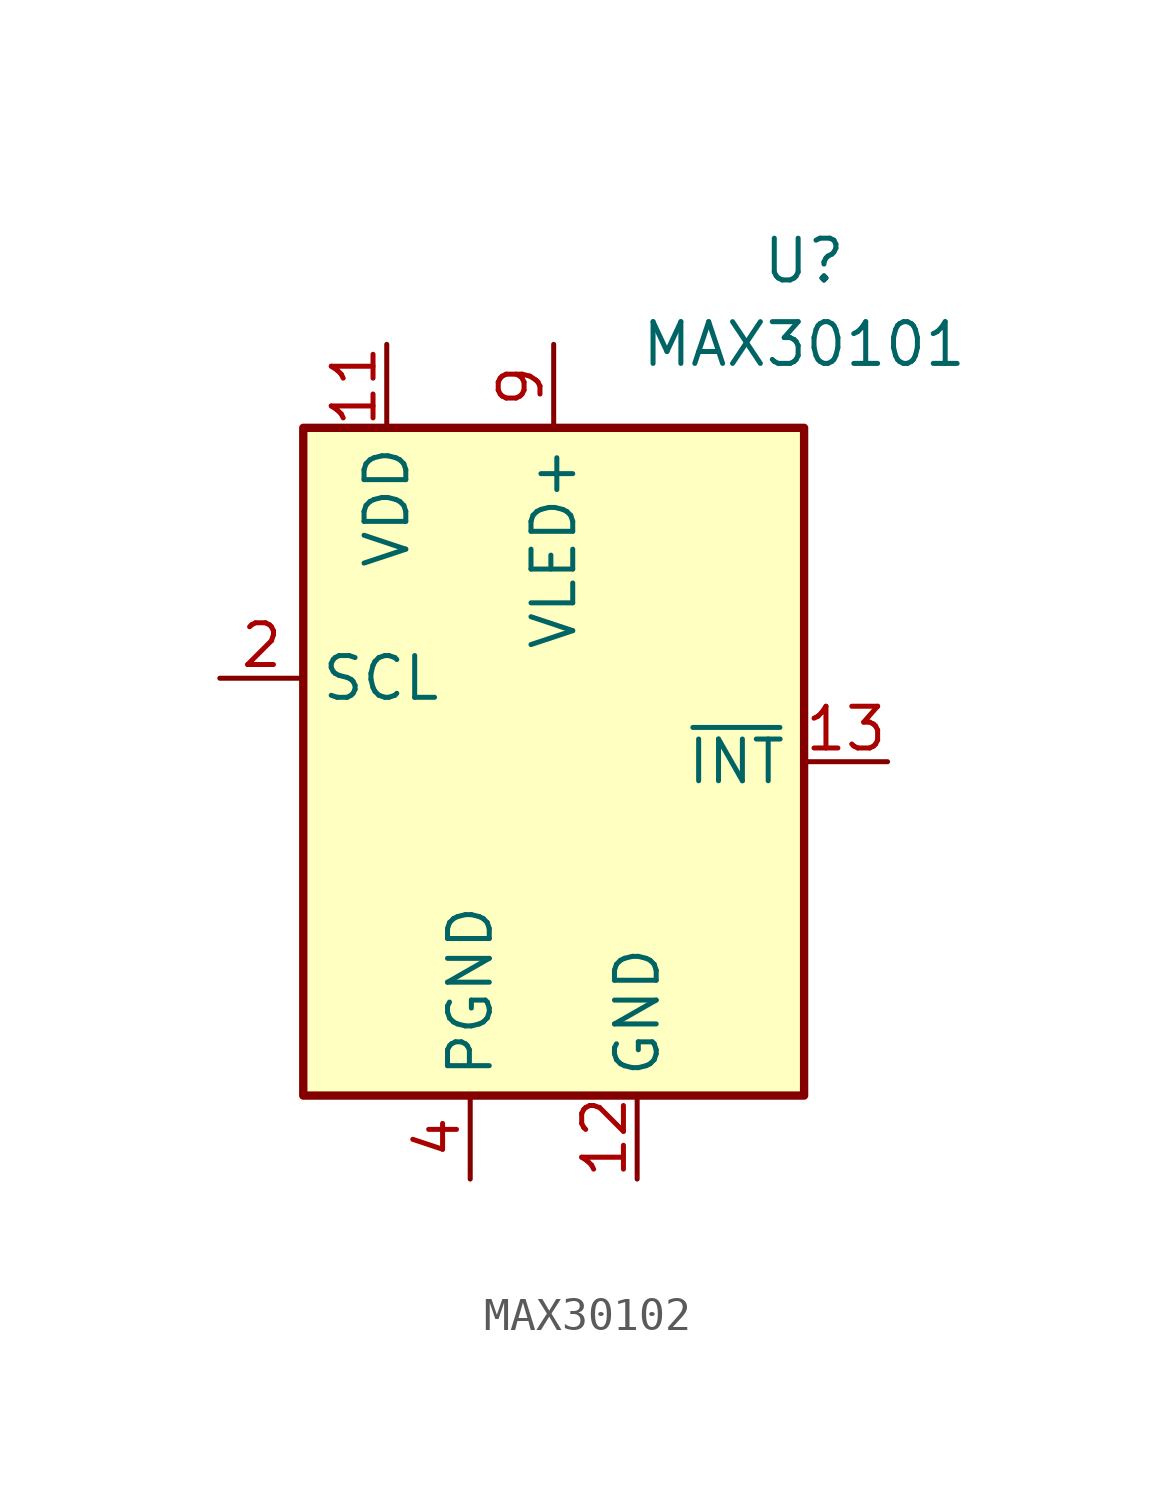
<source format=kicad_sym>
(kicad_symbol_lib
  (version 20231120)
  (generator "kicad_symbol_editor")
  (generator_version "8.0")
  (symbol "MAX30102"
    (property "Reference" "U"
      (at 7.62 15.24 0)
      (effects (font (size 1.27 1.27))))
    (property "Value" "MAX30101"
      (at 7.62 12.7 0)
      (effects (font (size 1.27 1.27))))
    (symbol "MAX30102_0_1"
      (rectangle (start -7.62 10.16) (end 7.62 -10.16) (stroke (width 0.254) (type default)) (fill (type background))))
    (symbol "MAX30102_1_1"
      (pin no_connect line (at -7.62 5.08 0) (length 2.54) hide (name "NC" (effects (font (size 1.27 1.27)))) (number "1" (effects (font (size 1.27 1.27)))))
      (pin passive line (at 0 12.7 270) (length 2.54) hide (name "VLED+" (effects (font (size 1.27 1.27)))) (number "10" (effects (font (size 1.27 1.27)))))
      (pin power_in line (at -5.08 12.7 270) (length 2.54) (name "VDD" (effects (font (size 1.27 1.27)))) (number "11" (effects (font (size 1.27 1.27)))))
      (pin power_in line (at 2.54 -12.7 90) (length 2.54) (name "GND" (effects (font (size 1.27 1.27)))) (number "12" (effects (font (size 1.27 1.27)))))
      (pin output line (at 10.16 0 180) (length 2.54) (name "~{INT}" (effects (font (size 1.27 1.27)))) (number "13" (effects (font (size 1.27 1.27)))))
      (pin no_connect line (at 7.62 2.54 180) (length 2.54) hide (name "NC" (effects (font (size 1.27 1.27)))) (number "14" (effects (font (size 1.27 1.27)))))
      (pin input line (at -10.16 2.54 0) (length 2.54) (name "SCL" (effects (font (size 1.27 1.27)))) (number "2" (effects (font (size 1.27 1.27)))))
      (pin power_in line (at -2.54 -12.7 90) (length 2.54) (name "PGND" (effects (font (size 1.27 1.27)))) (number "4" (effects (font (size 1.27 1.27)))))
      (pin no_connect line (at 7.62 -7.62 180) (length 2.54) hide (name "NC" (effects (font (size 1.27 1.27)))) (number "5" (effects (font (size 1.27 1.27)))))
      (pin no_connect line (at 7.62 -5.08 180) (length 2.54) hide (name "NC" (effects (font (size 1.27 1.27)))) (number "6" (effects (font (size 1.27 1.27)))))
      (pin no_connect line (at -7.62 -2.54 0) (length 2.54) hide (name "NC" (effects (font (size 1.27 1.27)))) (number "7" (effects (font (size 1.27 1.27)))))
      (pin no_connect line (at 7.62 5.08 180) (length 2.54) hide (name "NC" (effects (font (size 1.27 1.27)))) (number "8" (effects (font (size 1.27 1.27)))))
      (pin power_in line (at 0 12.7 270) (length 2.54) (name "VLED+" (effects (font (size 1.27 1.27)))) (number "9" (effects (font (size 1.27 1.27))))))))
</source>
